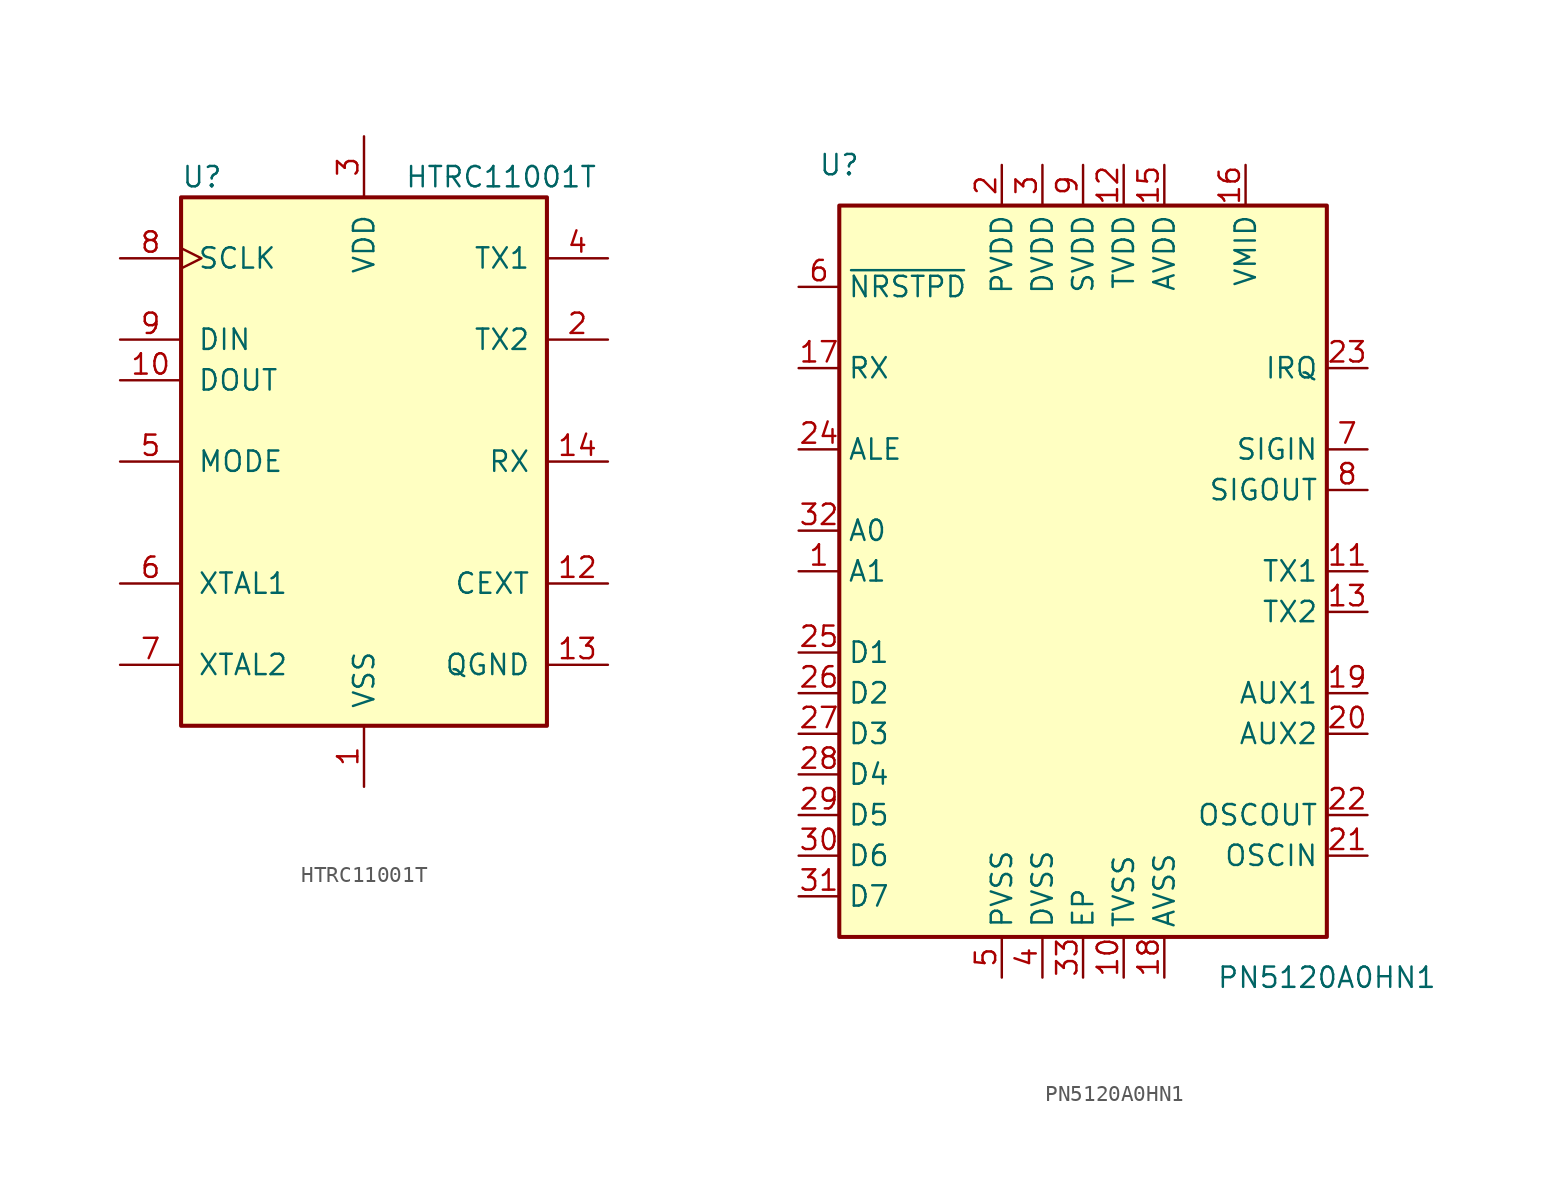
<source format=kicad_sym>
(kicad_symbol_lib
  (version 20231120)
  (generator "kicad_symbol_editor")
  (generator_version "8.0")
  (symbol "HTRC11001T"
    (pin_names
      (offset 1.016))
    (property "Reference" "U"
      (at -11.43 17.78 0)
      (effects (font (size 1.27 1.27)) (justify left)))
    (property "Value" "HTRC11001T"
      (at 2.54 17.78 0)
      (effects (font (size 1.27 1.27)) (justify left)))
    (symbol "HTRC11001T_0_1"
      (rectangle (start -11.43 16.51) (end 11.43 -16.51) (stroke (width 0.254) (type default)) (fill (type background))))
    (symbol "HTRC11001T_1_1"
      (pin power_in line (at 0 -20.32 90) (length 3.81) (name "VSS" (effects (font (size 1.27 1.27)))) (number "1" (effects (font (size 1.27 1.27)))))
      (pin output line (at -15.24 5.08 0) (length 3.81) (name "DOUT" (effects (font (size 1.27 1.27)))) (number "10" (effects (font (size 1.27 1.27)))))
      (pin passive line (at 15.24 -7.62 180) (length 3.81) (name "CEXT" (effects (font (size 1.27 1.27)))) (number "12" (effects (font (size 1.27 1.27)))))
      (pin passive line (at 15.24 -12.7 180) (length 3.81) (name "QGND" (effects (font (size 1.27 1.27)))) (number "13" (effects (font (size 1.27 1.27)))))
      (pin input line (at 15.24 0 180) (length 3.81) (name "RX" (effects (font (size 1.27 1.27)))) (number "14" (effects (font (size 1.27 1.27)))))
      (pin output line (at 15.24 7.62 180) (length 3.81) (name "TX2" (effects (font (size 1.27 1.27)))) (number "2" (effects (font (size 1.27 1.27)))))
      (pin power_in line (at 0 20.32 270) (length 3.81) (name "VDD" (effects (font (size 1.27 1.27)))) (number "3" (effects (font (size 1.27 1.27)))))
      (pin output line (at 15.24 12.7 180) (length 3.81) (name "TX1" (effects (font (size 1.27 1.27)))) (number "4" (effects (font (size 1.27 1.27)))))
      (pin input line (at -15.24 0 0) (length 3.81) (name "MODE" (effects (font (size 1.27 1.27)))) (number "5" (effects (font (size 1.27 1.27)))))
      (pin input line (at -15.24 -7.62 0) (length 3.81) (name "XTAL1" (effects (font (size 1.27 1.27)))) (number "6" (effects (font (size 1.27 1.27)))))
      (pin output line (at -15.24 -12.7 0) (length 3.81) (name "XTAL2" (effects (font (size 1.27 1.27)))) (number "7" (effects (font (size 1.27 1.27)))))
      (pin input clock (at -15.24 12.7 0) (length 3.81) (name "SCLK" (effects (font (size 1.27 1.27)))) (number "8" (effects (font (size 1.27 1.27)))))
      (pin input line (at -15.24 7.62 0) (length 3.81) (name "DIN" (effects (font (size 1.27 1.27)))) (number "9" (effects (font (size 1.27 1.27)))))))
  (symbol "PN5120A0HN1"
    (property "Reference" "U"
      (at -15.24 25.4 0)
      (effects (font (size 1.27 1.27))))
    (property "Value" "PN5120A0HN1"
      (at 15.24 -25.4 0)
      (effects (font (size 1.27 1.27))))
    (symbol "PN5120A0HN1_0_1"
      (rectangle (start -15.24 22.86) (end 15.24 -22.86) (stroke (width 0.254) (type default)) (fill (type background))))
    (symbol "PN5120A0HN1_1_1"
      (pin input line (at -17.78 0 0) (length 2.54) (name "A1" (effects (font (size 1.27 1.27)))) (number "1" (effects (font (size 1.27 1.27)))))
      (pin power_in line (at 2.54 -25.4 90) (length 2.54) (name "TVSS" (effects (font (size 1.27 1.27)))) (number "10" (effects (font (size 1.27 1.27)))))
      (pin output line (at 17.78 0 180) (length 2.54) (name "TX1" (effects (font (size 1.27 1.27)))) (number "11" (effects (font (size 1.27 1.27)))))
      (pin power_in line (at 2.54 25.4 270) (length 2.54) (name "TVDD" (effects (font (size 1.27 1.27)))) (number "12" (effects (font (size 1.27 1.27)))))
      (pin output line (at 17.78 -2.54 180) (length 2.54) (name "TX2" (effects (font (size 1.27 1.27)))) (number "13" (effects (font (size 1.27 1.27)))))
      (pin passive line (at 2.54 -25.4 90) (length 2.54) hide (name "TVSS" (effects (font (size 1.27 1.27)))) (number "14" (effects (font (size 1.27 1.27)))))
      (pin power_in line (at 5.08 25.4 270) (length 2.54) (name "AVDD" (effects (font (size 1.27 1.27)))) (number "15" (effects (font (size 1.27 1.27)))))
      (pin power_out line (at 10.16 25.4 270) (length 2.54) (name "VMID" (effects (font (size 1.27 1.27)))) (number "16" (effects (font (size 1.27 1.27)))))
      (pin input line (at -17.78 12.7 0) (length 2.54) (name "RX" (effects (font (size 1.27 1.27)))) (number "17" (effects (font (size 1.27 1.27)))))
      (pin power_in line (at 5.08 -25.4 90) (length 2.54) (name "AVSS" (effects (font (size 1.27 1.27)))) (number "18" (effects (font (size 1.27 1.27)))))
      (pin output line (at 17.78 -7.62 180) (length 2.54) (name "AUX1" (effects (font (size 1.27 1.27)))) (number "19" (effects (font (size 1.27 1.27)))))
      (pin power_in line (at -5.08 25.4 270) (length 2.54) (name "PVDD" (effects (font (size 1.27 1.27)))) (number "2" (effects (font (size 1.27 1.27)))))
      (pin output line (at 17.78 -10.16 180) (length 2.54) (name "AUX2" (effects (font (size 1.27 1.27)))) (number "20" (effects (font (size 1.27 1.27)))))
      (pin input line (at 17.78 -17.78 180) (length 2.54) (name "OSCIN" (effects (font (size 1.27 1.27)))) (number "21" (effects (font (size 1.27 1.27)))))
      (pin output line (at 17.78 -15.24 180) (length 2.54) (name "OSCOUT" (effects (font (size 1.27 1.27)))) (number "22" (effects (font (size 1.27 1.27)))))
      (pin output line (at 17.78 12.7 180) (length 2.54) (name "IRQ" (effects (font (size 1.27 1.27)))) (number "23" (effects (font (size 1.27 1.27)))))
      (pin input line (at -17.78 7.62 0) (length 2.54) (name "ALE" (effects (font (size 1.27 1.27)))) (number "24" (effects (font (size 1.27 1.27)))))
      (pin bidirectional line (at -17.78 -5.08 0) (length 2.54) (name "D1" (effects (font (size 1.27 1.27)))) (number "25" (effects (font (size 1.27 1.27)))))
      (pin bidirectional line (at -17.78 -7.62 0) (length 2.54) (name "D2" (effects (font (size 1.27 1.27)))) (number "26" (effects (font (size 1.27 1.27)))))
      (pin bidirectional line (at -17.78 -10.16 0) (length 2.54) (name "D3" (effects (font (size 1.27 1.27)))) (number "27" (effects (font (size 1.27 1.27)))))
      (pin bidirectional line (at -17.78 -12.7 0) (length 2.54) (name "D4" (effects (font (size 1.27 1.27)))) (number "28" (effects (font (size 1.27 1.27)))))
      (pin bidirectional line (at -17.78 -15.24 0) (length 2.54) (name "D5" (effects (font (size 1.27 1.27)))) (number "29" (effects (font (size 1.27 1.27)))))
      (pin power_in line (at -2.54 25.4 270) (length 2.54) (name "DVDD" (effects (font (size 1.27 1.27)))) (number "3" (effects (font (size 1.27 1.27)))))
      (pin bidirectional line (at -17.78 -17.78 0) (length 2.54) (name "D6" (effects (font (size 1.27 1.27)))) (number "30" (effects (font (size 1.27 1.27)))))
      (pin bidirectional line (at -17.78 -20.32 0) (length 2.54) (name "D7" (effects (font (size 1.27 1.27)))) (number "31" (effects (font (size 1.27 1.27)))))
      (pin input line (at -17.78 2.54 0) (length 2.54) (name "A0" (effects (font (size 1.27 1.27)))) (number "32" (effects (font (size 1.27 1.27)))))
      (pin passive line (at 0 -25.4 90) (length 2.54) (name "EP" (effects (font (size 1.27 1.27)))) (number "33" (effects (font (size 1.27 1.27)))))
      (pin power_in line (at -2.54 -25.4 90) (length 2.54) (name "DVSS" (effects (font (size 1.27 1.27)))) (number "4" (effects (font (size 1.27 1.27)))))
      (pin power_in line (at -5.08 -25.4 90) (length 2.54) (name "PVSS" (effects (font (size 1.27 1.27)))) (number "5" (effects (font (size 1.27 1.27)))))
      (pin input line (at -17.78 17.78 0) (length 2.54) (name "~{NRSTPD}" (effects (font (size 1.27 1.27)))) (number "6" (effects (font (size 1.27 1.27)))))
      (pin input line (at 17.78 7.62 180) (length 2.54) (name "SIGIN" (effects (font (size 1.27 1.27)))) (number "7" (effects (font (size 1.27 1.27)))))
      (pin output line (at 17.78 5.08 180) (length 2.54) (name "SIGOUT" (effects (font (size 1.27 1.27)))) (number "8" (effects (font (size 1.27 1.27)))))
      (pin power_in line (at 0 25.4 270) (length 2.54) (name "SVDD" (effects (font (size 1.27 1.27)))) (number "9" (effects (font (size 1.27 1.27))))))))
</source>
